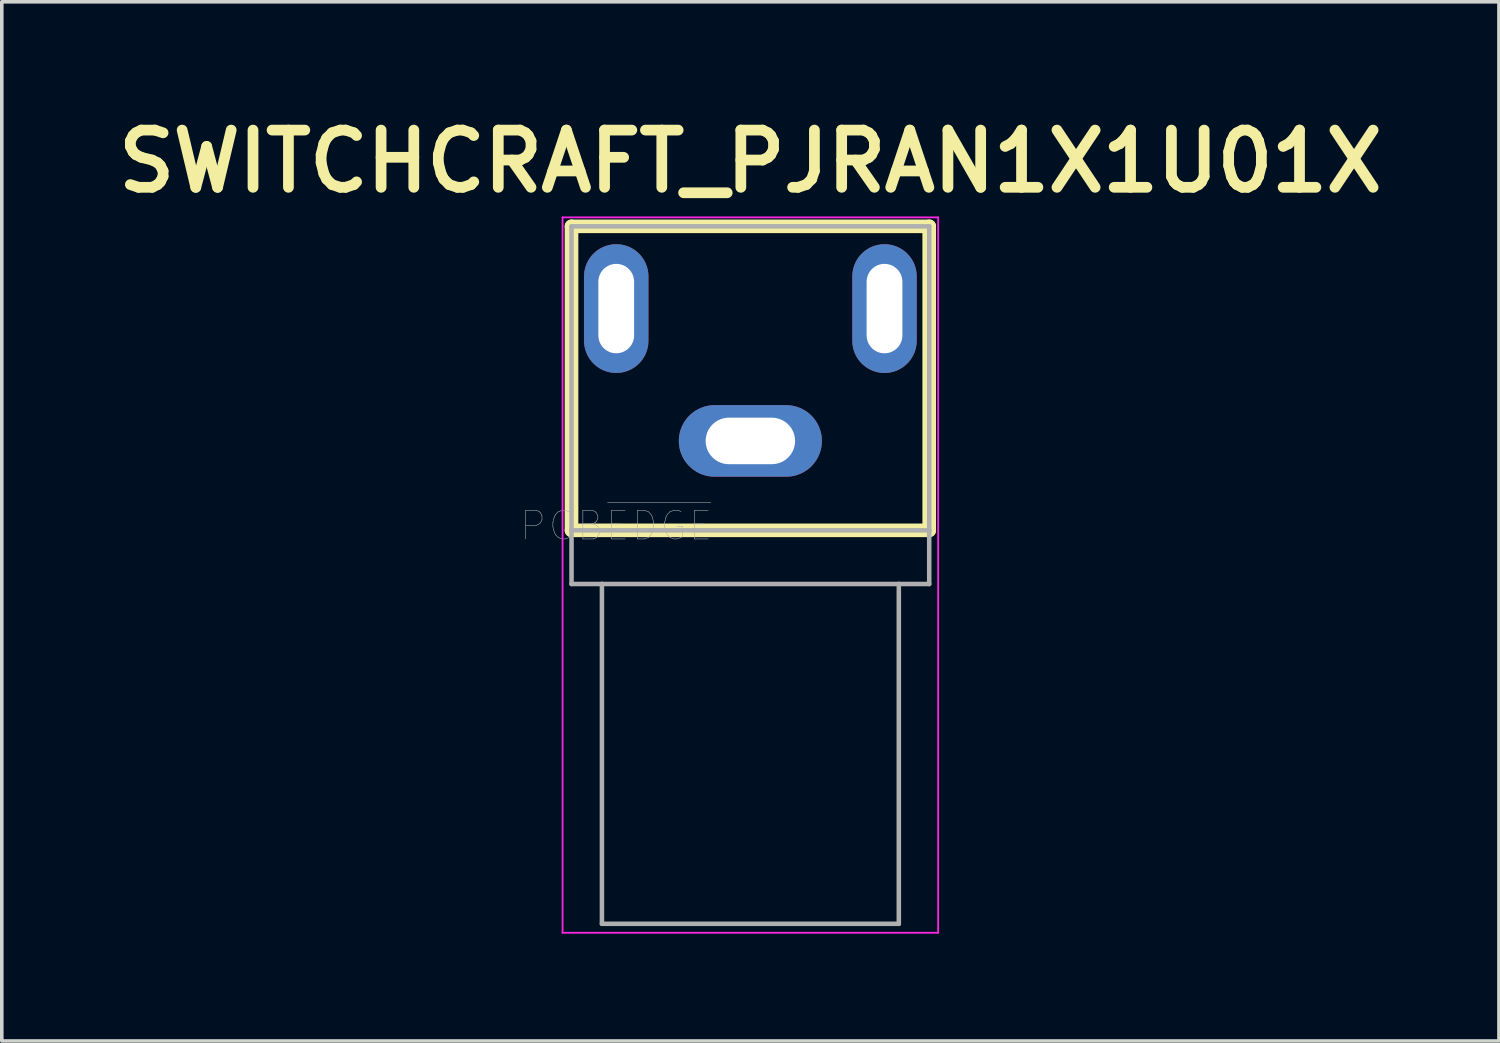
<source format=kicad_pcb>
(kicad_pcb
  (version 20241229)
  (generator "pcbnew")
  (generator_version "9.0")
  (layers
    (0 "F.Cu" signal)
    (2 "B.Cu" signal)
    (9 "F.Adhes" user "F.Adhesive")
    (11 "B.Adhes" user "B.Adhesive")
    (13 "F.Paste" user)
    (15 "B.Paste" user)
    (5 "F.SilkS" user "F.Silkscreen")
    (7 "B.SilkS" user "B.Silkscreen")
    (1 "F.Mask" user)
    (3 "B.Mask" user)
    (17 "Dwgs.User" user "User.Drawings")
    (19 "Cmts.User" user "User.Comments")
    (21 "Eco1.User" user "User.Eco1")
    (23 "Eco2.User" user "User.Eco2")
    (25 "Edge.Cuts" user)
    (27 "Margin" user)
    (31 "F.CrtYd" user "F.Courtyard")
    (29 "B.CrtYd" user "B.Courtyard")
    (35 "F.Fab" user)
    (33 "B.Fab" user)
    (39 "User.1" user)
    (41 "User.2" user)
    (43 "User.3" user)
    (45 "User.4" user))
  (footprint "SWITCHCRAFT_PJRAN1X1U01X"
    (layer "F.Cu")
    (at 17.928 9.277)
    (property "Reference" "SWITCHCRAFT_PJRAN1X1U01X" (at 0 -7.815 0) (layer "F.SilkS") (effects (font (size 1.6 1.6) (thickness 0.3))))
    (attr through_hole)
    (fp_line (start -5 -6) (end -5 2.5) (stroke (width 0.381) (type solid)) (layer "F.SilkS"))
    (fp_line (start -5 2.5) (end 5 2.5) (stroke (width 0.381) (type solid)) (layer "F.SilkS"))
    (fp_line (start 5 -6) (end -5 -6) (stroke (width 0.381) (type solid)) (layer "F.SilkS"))
    (fp_line (start 5 2.5) (end 5 -6) (stroke (width 0.381) (type solid)) (layer "F.SilkS"))
    (fp_line (start -5.25 -6.25) (end -5.25 13.75) (stroke (width 0.05) (type solid)) (layer "F.CrtYd"))
    (fp_line (start -5.25 13.75) (end 5.25 13.75) (stroke (width 0.05) (type solid)) (layer "F.CrtYd"))
    (fp_line (start 5.25 -6.25) (end -5.25 -6.25) (stroke (width 0.05) (type solid)) (layer "F.CrtYd"))
    (fp_line (start 5.25 13.75) (end 5.25 -6.25) (stroke (width 0.05) (type solid)) (layer "F.CrtYd"))
    (fp_line (start -5 -6) (end -5 2.5) (stroke (width 0.127) (type solid)) (layer "F.Fab"))
    (fp_line (start -5 2.5) (end -5 4) (stroke (width 0.127) (type solid)) (layer "F.Fab"))
    (fp_line (start -5 2.5) (end 5 2.5) (stroke (width 0.127) (type solid)) (layer "F.Fab"))
    (fp_line (start -5 4) (end -4.15 4) (stroke (width 0.127) (type solid)) (layer "F.Fab"))
    (fp_line (start -4.15 4) (end -4.15 13.5) (stroke (width 0.127) (type solid)) (layer "F.Fab"))
    (fp_line (start -4.15 4) (end 4.15 4) (stroke (width 0.127) (type solid)) (layer "F.Fab"))
    (fp_line (start -4.15 13.5) (end 4.15 13.5) (stroke (width 0.127) (type solid)) (layer "F.Fab"))
    (fp_line (start 4.15 4) (end 5 4) (stroke (width 0.127) (type solid)) (layer "F.Fab"))
    (fp_line (start 4.15 13.5) (end 4.15 4) (stroke (width 0.127) (type solid)) (layer "F.Fab"))
    (fp_line (start 5 -6) (end -5 -6) (stroke (width 0.127) (type solid)) (layer "F.Fab"))
    (fp_line (start 5 2.5) (end 5 -6) (stroke (width 0.127) (type solid)) (layer "F.Fab"))
    (fp_line (start 5 4) (end 5 2.5) (stroke (width 0.127) (type solid)) (layer "F.Fab"))
    (fp_text user "PCB~{EDGE}" (at -3.75 2.37 0) (layer "F.Fab") (effects (font (size 0.8 0.8) (thickness 0.015))))
    (pad "1" thru_hole oval (at 0 0) (size 4 2) (drill oval 2.5 1.3) (layers "*.Cu" "*.Mask"))
    (pad "2" thru_hole oval (at -3.75 -3.7) (size 1.8 3.6) (drill oval 1 2.5) (layers "*.Cu" "*.Mask"))
    (pad "3" thru_hole oval (at 3.75 -3.7) (size 1.8 3.6) (drill oval 1 2.5) (layers "*.Cu" "*.Mask")))
  (gr_rect
    (start -3 -3)
    (end 38.856 26.052)
    (stroke (width 0.1) (type default))
    (fill no)
    (layer "Edge.Cuts")))
</source>
